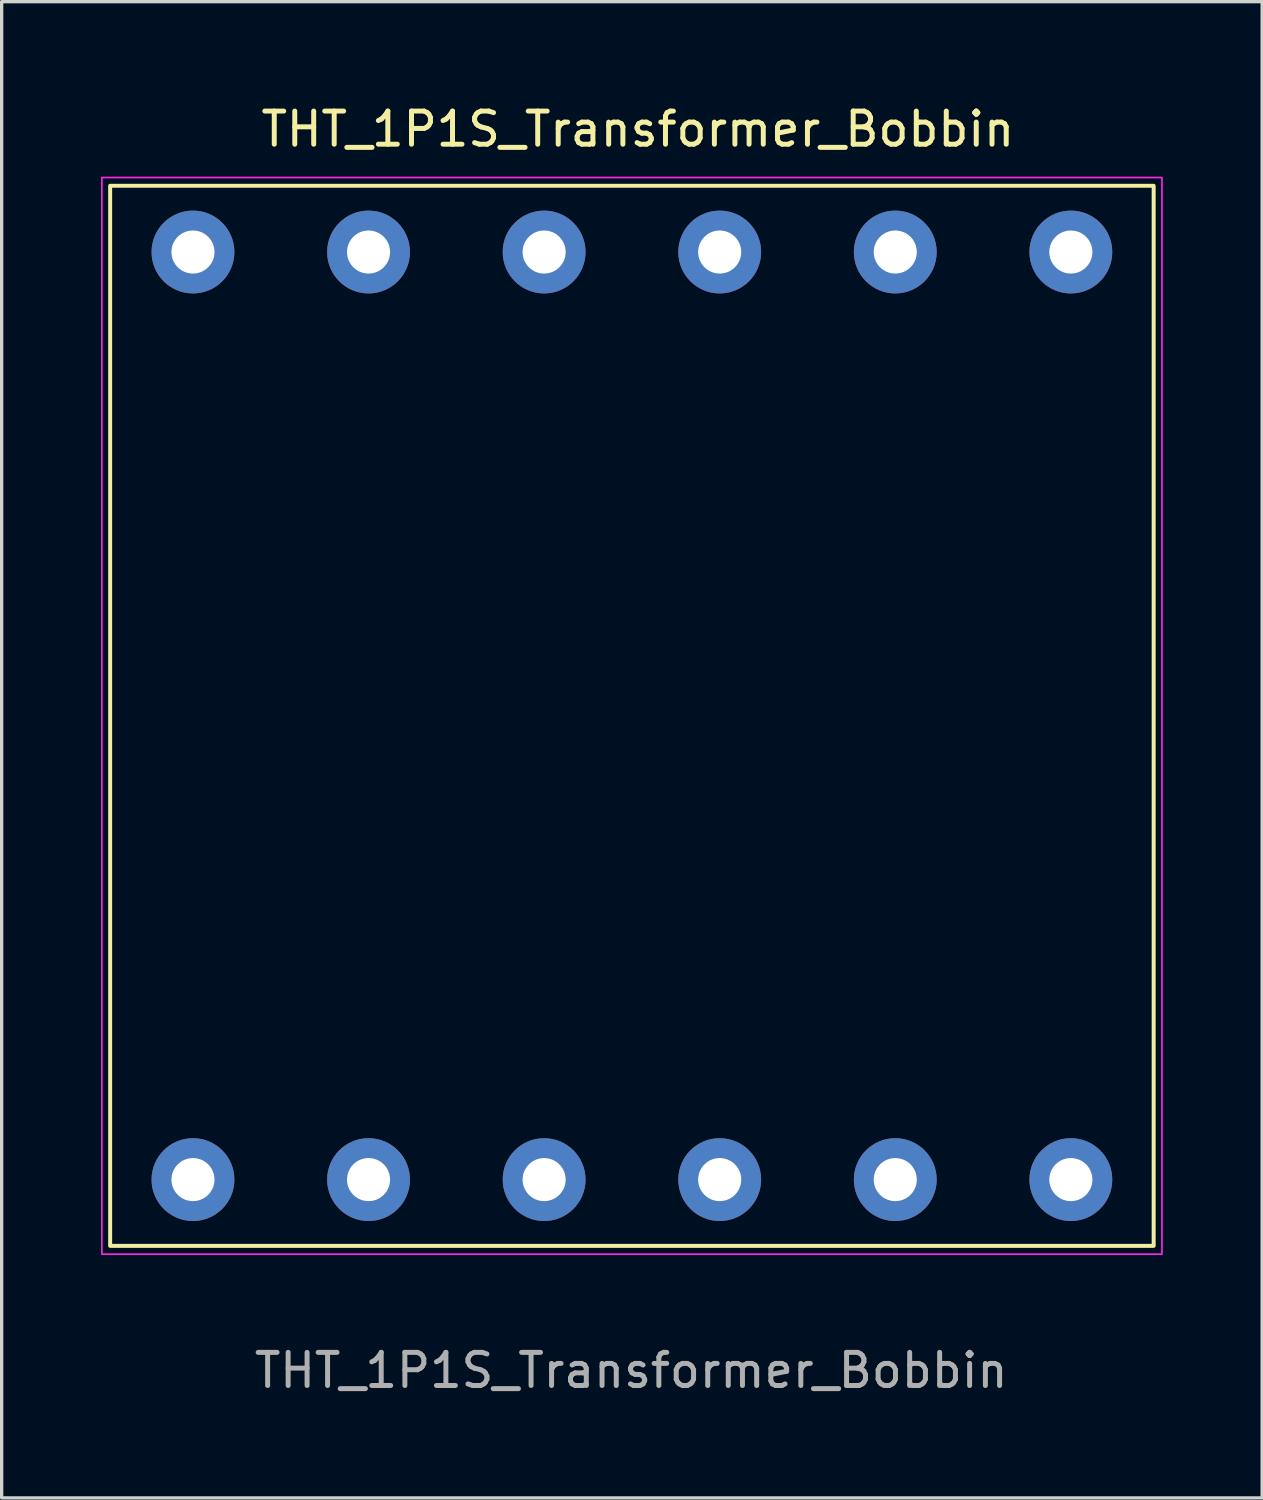
<source format=kicad_pcb>
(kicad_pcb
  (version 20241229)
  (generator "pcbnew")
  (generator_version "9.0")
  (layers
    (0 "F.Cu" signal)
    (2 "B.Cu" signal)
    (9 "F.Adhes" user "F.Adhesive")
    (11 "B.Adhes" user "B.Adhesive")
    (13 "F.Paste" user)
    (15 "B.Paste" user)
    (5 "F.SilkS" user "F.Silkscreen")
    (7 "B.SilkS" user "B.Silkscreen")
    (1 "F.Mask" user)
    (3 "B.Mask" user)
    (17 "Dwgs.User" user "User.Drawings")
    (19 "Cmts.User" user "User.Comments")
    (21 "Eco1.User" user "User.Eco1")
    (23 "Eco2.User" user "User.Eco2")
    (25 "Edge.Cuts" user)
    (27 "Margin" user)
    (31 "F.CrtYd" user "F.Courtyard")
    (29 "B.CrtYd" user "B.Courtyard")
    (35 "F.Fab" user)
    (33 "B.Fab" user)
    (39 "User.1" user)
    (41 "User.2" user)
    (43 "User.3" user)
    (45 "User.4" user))
  (footprint "THT_1P1S_Transformer_Bobbin"
    (layer "F.Cu")
    (at 16.025 18.558)
    (property "Reference" "THT_1P1S_Transformer_Bobbin" (at 0.18 -17.71 0) (unlocked yes) (layer "F.SilkS") (effects (font (size 1 1) (thickness 0.15))))
    (attr smd)
    (fp_rect (start -15.75 -16) (end 15.75 16) (stroke (width 0.12) (type solid)) (fill no) (layer "F.SilkS"))
    (fp_rect (start -16 -16.25) (end 16 16.25) (stroke (width 0.05) (type solid)) (fill no) (layer "F.CrtYd"))
    (fp_text user "${REFERENCE}" (at -0.02 19.76 0) (unlocked yes) (layer "F.Fab") (effects (font (size 1 1) (thickness 0.15))))
    (pad "1" thru_hole circle (at -13.25 14) (size 2.5 2.5) (drill 1.3) (layers "*.Cu" "*.Mask"))
    (pad "2" thru_hole circle (at -7.95 14) (size 2.5 2.5) (drill 1.3) (layers "*.Cu" "*.Mask"))
    (pad "3" thru_hole circle (at -2.65 14) (size 2.5 2.5) (drill 1.3) (layers "*.Cu" "*.Mask"))
    (pad "4" thru_hole circle (at 2.65 14) (size 2.5 2.5) (drill 1.3) (layers "*.Cu" "*.Mask"))
    (pad "5" thru_hole circle (at 7.95 14) (size 2.5 2.5) (drill 1.3) (layers "*.Cu" "*.Mask"))
    (pad "6" thru_hole circle (at 13.25 14) (size 2.5 2.5) (drill 1.3) (layers "*.Cu" "*.Mask"))
    (pad "7" thru_hole circle (at 13.25 -14) (size 2.5 2.5) (drill 1.3) (layers "*.Cu" "*.Mask"))
    (pad "8" thru_hole circle (at 7.95 -14) (size 2.5 2.5) (drill 1.3) (layers "*.Cu" "*.Mask"))
    (pad "9" thru_hole circle (at 2.65 -14) (size 2.5 2.5) (drill 1.3) (layers "*.Cu" "*.Mask"))
    (pad "10" thru_hole circle (at -2.65 -14) (size 2.5 2.5) (drill 1.3) (layers "*.Cu" "*.Mask"))
    (pad "11" thru_hole circle (at -7.95 -14) (size 2.5 2.5) (drill 1.3) (layers "*.Cu" "*.Mask"))
    (pad "12" thru_hole circle (at -13.25 -14) (size 2.5 2.5) (drill 1.3) (layers "*.Cu" "*.Mask")))
  (gr_rect
    (start -3 -3)
    (end 35.05 42.166)
    (stroke (width 0.1) (type default))
    (fill no)
    (layer "Edge.Cuts")))
</source>
